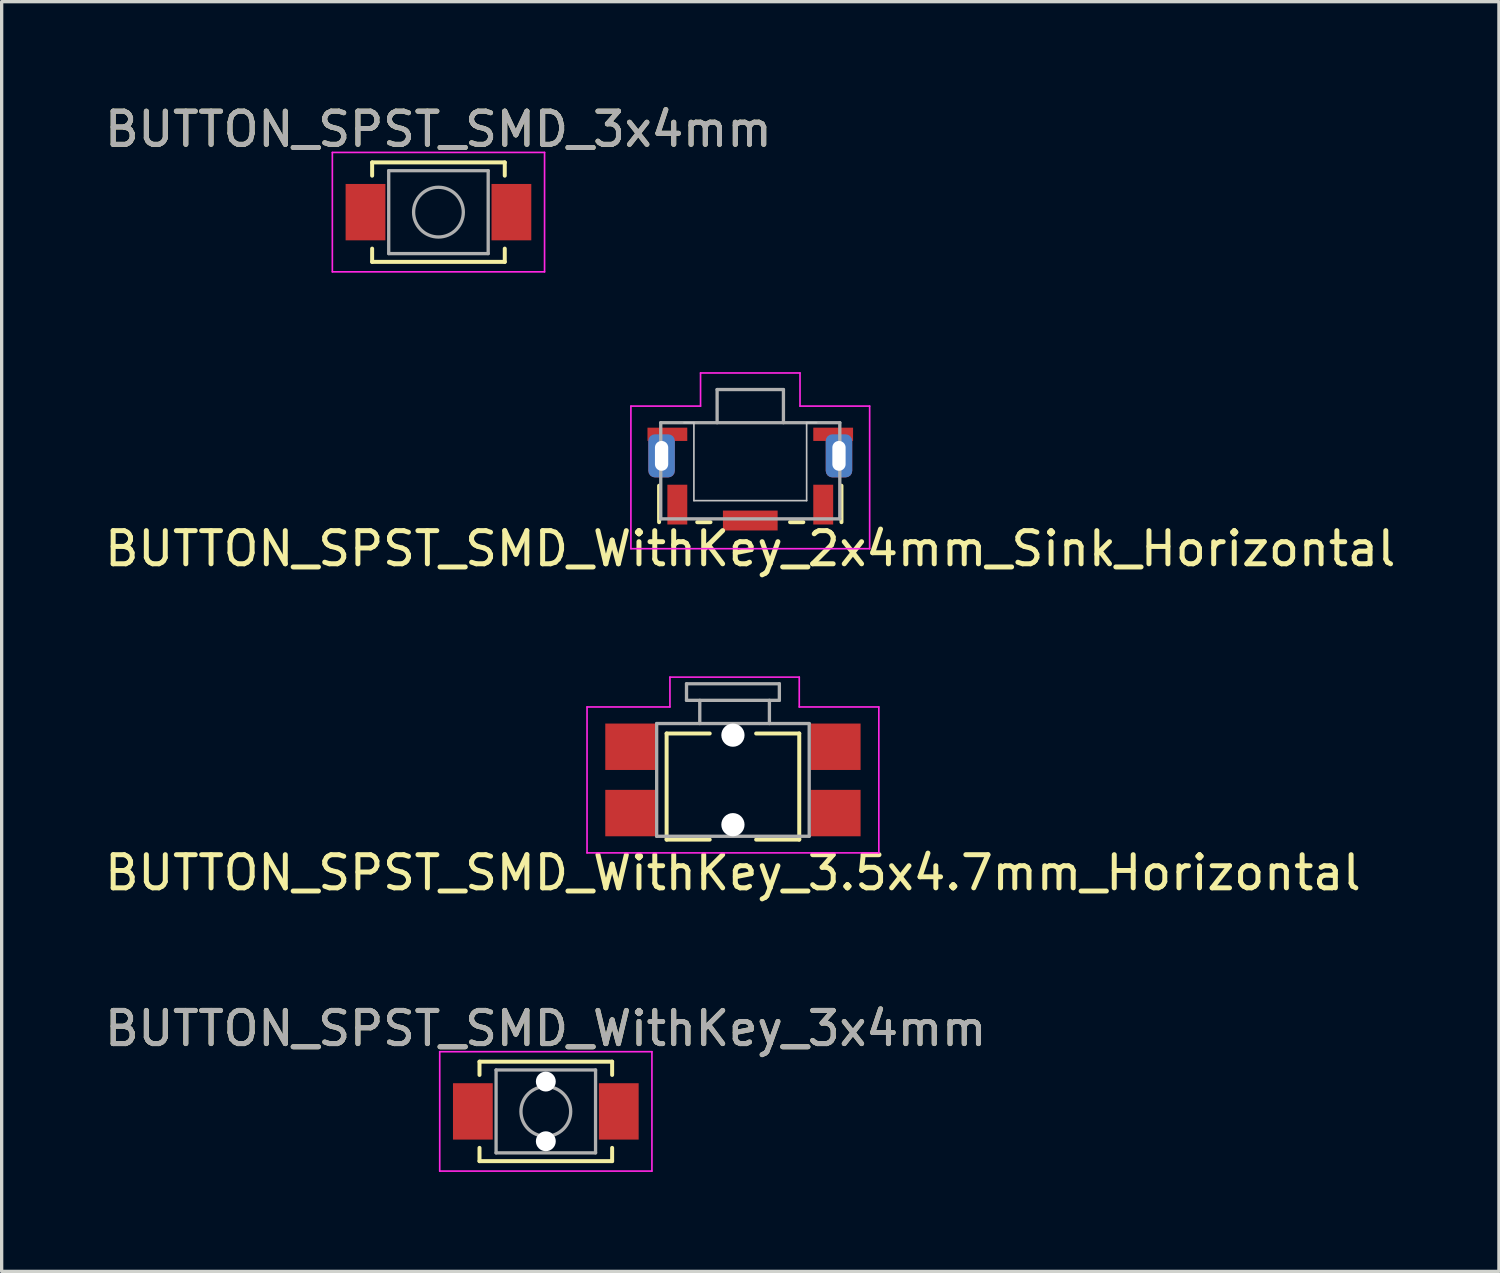
<source format=kicad_pcb>
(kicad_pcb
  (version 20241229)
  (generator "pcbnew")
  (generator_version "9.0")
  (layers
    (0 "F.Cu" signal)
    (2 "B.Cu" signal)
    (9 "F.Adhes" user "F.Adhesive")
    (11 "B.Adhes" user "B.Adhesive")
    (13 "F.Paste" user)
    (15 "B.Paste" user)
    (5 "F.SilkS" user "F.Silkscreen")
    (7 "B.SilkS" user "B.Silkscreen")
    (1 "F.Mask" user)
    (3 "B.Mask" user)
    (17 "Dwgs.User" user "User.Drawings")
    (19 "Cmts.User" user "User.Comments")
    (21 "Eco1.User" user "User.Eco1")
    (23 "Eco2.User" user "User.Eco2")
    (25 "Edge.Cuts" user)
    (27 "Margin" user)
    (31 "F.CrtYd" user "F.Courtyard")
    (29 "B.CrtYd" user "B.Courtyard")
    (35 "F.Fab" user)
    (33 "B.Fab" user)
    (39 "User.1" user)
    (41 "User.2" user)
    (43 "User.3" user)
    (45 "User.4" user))
  (footprint "BUTTON_SPST_SMD_WithKey_2x4mm_Sink_Horizontal"
    (layer "F.Cu")
    (at 19.577 10.698)
    (property "Reference" "BUTTON_SPST_SMD_WithKey_2x4mm_Sink_Horizontal" (at 0 2.8 0) (layer "F.SilkS") (effects (font (size 1 1) (thickness 0.15))))
    (attr smd)
    (fp_line (start -2.75 0.9) (end -2.75 2) (stroke (width 0.12) (type solid)) (layer "F.SilkS"))
    (fp_line (start -1.6 2) (end -1.2 2) (stroke (width 0.12) (type solid)) (layer "F.SilkS"))
    (fp_line (start 1.2 2) (end 1.6 2) (stroke (width 0.12) (type solid)) (layer "F.SilkS"))
    (fp_line (start 2.75 0.9) (end 2.75 2) (stroke (width 0.12) (type solid)) (layer "F.SilkS"))
    (fp_line (start -1.7 -1) (end -2 -1) (stroke (width 0.05) (type solid)) (layer "Dwgs.User"))
    (fp_line (start -1.7 -1) (end -1.7 1.35) (stroke (width 0.05) (type solid)) (layer "Dwgs.User"))
    (fp_line (start -1.7 1.35) (end 1.7 1.35) (stroke (width 0.05) (type solid)) (layer "Dwgs.User"))
    (fp_line (start 1.7 -1) (end 1.7 1.35) (stroke (width 0.05) (type solid)) (layer "Dwgs.User"))
    (fp_line (start 2 -1) (end 1.7 -1) (stroke (width 0.05) (type solid)) (layer "Dwgs.User"))
    (fp_line (start -3.6 -1.5) (end -3.6 2.8) (stroke (width 0.05) (type solid)) (layer "F.CrtYd"))
    (fp_line (start -1.5 -2.5) (end -1.5 -1.5) (stroke (width 0.05) (type solid)) (layer "F.CrtYd"))
    (fp_line (start -1.5 -1.5) (end -3.6 -1.5) (stroke (width 0.05) (type solid)) (layer "F.CrtYd"))
    (fp_line (start 1.5 -2.5) (end -1.5 -2.5) (stroke (width 0.05) (type solid)) (layer "F.CrtYd"))
    (fp_line (start 1.5 -2.5) (end 1.5 -1.5) (stroke (width 0.05) (type solid)) (layer "F.CrtYd"))
    (fp_line (start 3.6 -1.5) (end 1.5 -1.5) (stroke (width 0.05) (type solid)) (layer "F.CrtYd"))
    (fp_line (start 3.6 -1.5) (end 3.6 2.8) (stroke (width 0.05) (type solid)) (layer "F.CrtYd"))
    (fp_line (start 3.6 2.8) (end -3.6 2.8) (stroke (width 0.05) (type solid)) (layer "F.CrtYd"))
    (fp_line (start -2.7 -1) (end 2.7 -1) (stroke (width 0.1) (type solid)) (layer "F.Fab"))
    (fp_line (start -2.7 1.9) (end -2.7 -1) (stroke (width 0.1) (type solid)) (layer "F.Fab"))
    (fp_line (start -1 -2) (end 1 -2) (stroke (width 0.1) (type solid)) (layer "F.Fab"))
    (fp_line (start -1 -1) (end -1 -2) (stroke (width 0.1) (type solid)) (layer "F.Fab"))
    (fp_line (start 1 -1) (end 1 -2) (stroke (width 0.1) (type solid)) (layer "F.Fab"))
    (fp_line (start 2.7 -1) (end 2.7 1.9) (stroke (width 0.1) (type solid)) (layer "F.Fab"))
    (fp_line (start 2.7 1.9) (end -2.7 1.9) (stroke (width 0.1) (type solid)) (layer "F.Fab"))
    (pad "1" smd rect (at -2.2 1.47) (size 0.6 1.2) (layers "F.Cu" "F.Mask" "F.Paste"))
    (pad "2" smd rect (at 2.2 1.47) (size 0.6 1.2) (layers "F.Cu" "F.Mask" "F.Paste"))
    (pad "MP" thru_hole roundrect (at -2.675 0) (size 0.8 1.3) (drill oval 0.4 0.9) (layers "*.Cu" "*.Mask") (roundrect_rratio 0.25))
    (pad "MP" smd rect (at -2.5 -0.65) (size 1.2 0.4) (layers "F.Cu" "F.Mask" "F.Paste"))
    (pad "MP" smd rect (at 0 1.95) (size 1.65 0.6) (layers "F.Cu" "F.Mask" "F.Paste"))
    (pad "MP" smd rect (at 2.5 -0.65) (size 1.2 0.4) (layers "F.Cu" "F.Mask" "F.Paste"))
    (pad "MP" thru_hole roundrect (at 2.675 0) (size 0.8 1.3) (drill oval 0.4 0.9) (layers "*.Cu" "*.Mask") (roundrect_rratio 0.25)))
  (footprint "BUTTON_SPST_SMD_WithKey_3x4mm"
    (layer "F.Cu")
    (at 13.411 30.468)
    (property "Reference" "BUTTON_SPST_SMD_WithKey_3x4mm" (at 0 -2.5 0) (layer "F.SilkS") (effects (font (size 1 1) (thickness 0.15))))
    (attr smd)
    (fp_line (start -2 -1.5) (end 2 -1.5) (stroke (width 0.12) (type solid)) (layer "F.SilkS"))
    (fp_line (start -2 -1.1) (end -2 -1.5) (stroke (width 0.12) (type solid)) (layer "F.SilkS"))
    (fp_line (start -2 1.1) (end -2 1.5) (stroke (width 0.12) (type solid)) (layer "F.SilkS"))
    (fp_line (start -2 1.5) (end 2 1.5) (stroke (width 0.12) (type solid)) (layer "F.SilkS"))
    (fp_line (start 2 -1.5) (end 2 -1.1) (stroke (width 0.12) (type solid)) (layer "F.SilkS"))
    (fp_line (start 2 1.5) (end 2 1.1) (stroke (width 0.12) (type solid)) (layer "F.SilkS"))
    (fp_line (start -3.2 -1.8) (end -3.2 1.8) (stroke (width 0.05) (type solid)) (layer "F.CrtYd"))
    (fp_line (start -3.2 1.8) (end 3.2 1.8) (stroke (width 0.05) (type solid)) (layer "F.CrtYd"))
    (fp_line (start 3.2 -1.8) (end -3.2 -1.8) (stroke (width 0.05) (type solid)) (layer "F.CrtYd"))
    (fp_line (start 3.2 1.8) (end 3.2 -1.8) (stroke (width 0.05) (type solid)) (layer "F.CrtYd"))
    (fp_line (start -1.5 -1.25) (end 1.5 -1.25) (stroke (width 0.1) (type solid)) (layer "F.Fab"))
    (fp_line (start -1.5 1.25) (end -1.5 -1.25) (stroke (width 0.1) (type solid)) (layer "F.Fab"))
    (fp_line (start 1.5 -1.25) (end 1.5 1.25) (stroke (width 0.1) (type solid)) (layer "F.Fab"))
    (fp_line (start 1.5 1.25) (end -1.5 1.25) (stroke (width 0.1) (type solid)) (layer "F.Fab"))
    (fp_circle (center 0 0) (end 0.75 0) (stroke (width 0.1) (type solid)) (fill no) (layer "F.Fab"))
    (fp_text user "${REFERENCE}" (at 0 -2.5 0) (layer "F.Fab") (effects (font (size 1 1) (thickness 0.15))))
    (pad "" np_thru_hole circle (at 0 -0.9) (size 0.6 0.6) (drill 0.6) (layers "*.Cu" "*.Mask"))
    (pad "" np_thru_hole circle (at 0 0.9) (size 0.6 0.6) (drill 0.6) (layers "*.Cu" "*.Mask"))
    (pad "1" smd rect (at -2.2 0) (size 1.2 1.7) (layers "F.Cu" "F.Mask" "F.Paste"))
    (pad "2" smd rect (at 2.2 0) (size 1.2 1.7) (layers "F.Cu" "F.Mask" "F.Paste")))
  (footprint "BUTTON_SPST_SMD_3x4mm"
    (layer "F.Cu")
    (at 10.173 3.348)
    (property "Reference" "BUTTON_SPST_SMD_3x4mm" (at 0 -2.5 0) (layer "F.SilkS") (effects (font (size 1 1) (thickness 0.15))))
    (attr smd)
    (fp_line (start -2 -1.5) (end 2 -1.5) (stroke (width 0.12) (type solid)) (layer "F.SilkS"))
    (fp_line (start -2 -1.1) (end -2 -1.5) (stroke (width 0.12) (type solid)) (layer "F.SilkS"))
    (fp_line (start -2 1.1) (end -2 1.5) (stroke (width 0.12) (type solid)) (layer "F.SilkS"))
    (fp_line (start -2 1.5) (end 2 1.5) (stroke (width 0.12) (type solid)) (layer "F.SilkS"))
    (fp_line (start 2 -1.5) (end 2 -1.1) (stroke (width 0.12) (type solid)) (layer "F.SilkS"))
    (fp_line (start 2 1.5) (end 2 1.1) (stroke (width 0.12) (type solid)) (layer "F.SilkS"))
    (fp_line (start -3.2 -1.8) (end -3.2 1.8) (stroke (width 0.05) (type solid)) (layer "F.CrtYd"))
    (fp_line (start -3.2 1.8) (end 3.2 1.8) (stroke (width 0.05) (type solid)) (layer "F.CrtYd"))
    (fp_line (start 3.2 -1.8) (end -3.2 -1.8) (stroke (width 0.05) (type solid)) (layer "F.CrtYd"))
    (fp_line (start 3.2 1.8) (end 3.2 -1.8) (stroke (width 0.05) (type solid)) (layer "F.CrtYd"))
    (fp_line (start -1.5 -1.25) (end 1.5 -1.25) (stroke (width 0.1) (type solid)) (layer "F.Fab"))
    (fp_line (start -1.5 1.25) (end -1.5 -1.25) (stroke (width 0.1) (type solid)) (layer "F.Fab"))
    (fp_line (start 1.5 -1.25) (end 1.5 1.25) (stroke (width 0.1) (type solid)) (layer "F.Fab"))
    (fp_line (start 1.5 1.25) (end -1.5 1.25) (stroke (width 0.1) (type solid)) (layer "F.Fab"))
    (fp_circle (center 0 0) (end 0.75 0) (stroke (width 0.1) (type solid)) (fill no) (layer "F.Fab"))
    (fp_text user "${REFERENCE}" (at 0 -2.5 0) (layer "F.Fab") (effects (font (size 1 1) (thickness 0.15))))
    (pad "1" smd rect (at -2.2 0) (size 1.2 1.7) (layers "F.Cu" "F.Mask" "F.Paste"))
    (pad "2" smd rect (at 2.2 0) (size 1.2 1.7) (layers "F.Cu" "F.Mask" "F.Paste")))
  (footprint "BUTTON_SPST_SMD_WithKey_3.5x4.7mm_Horizontal"
    (layer "F.Cu")
    (at 19.054 20.471)
    (property "Reference" "BUTTON_SPST_SMD_WithKey_3.5x4.7mm_Horizontal" (at 0 2.8 0) (layer "F.SilkS") (effects (font (size 1 1) (thickness 0.15))))
    (attr smd)
    (fp_line (start -2 -1.4) (end -2 1.8) (stroke (width 0.12) (type solid)) (layer "F.SilkS"))
    (fp_line (start -2 -1.4) (end -0.7 -1.4) (stroke (width 0.12) (type solid)) (layer "F.SilkS"))
    (fp_line (start -2 1.8) (end -0.7 1.8) (stroke (width 0.12) (type solid)) (layer "F.SilkS"))
    (fp_line (start 0.7 -1.4) (end 2 -1.4) (stroke (width 0.12) (type solid)) (layer "F.SilkS"))
    (fp_line (start 0.7 1.8) (end 2 1.8) (stroke (width 0.12) (type solid)) (layer "F.SilkS"))
    (fp_line (start 2 1.8) (end 2 -1.4) (stroke (width 0.12) (type solid)) (layer "F.SilkS"))
    (fp_line (start -4.4 -2.2) (end -4.4 2.2) (stroke (width 0.05) (type solid)) (layer "F.CrtYd"))
    (fp_line (start -1.9 -3.1) (end -1.9 -2.2) (stroke (width 0.05) (type solid)) (layer "F.CrtYd"))
    (fp_line (start -1.9 -2.2) (end -4.4 -2.2) (stroke (width 0.05) (type solid)) (layer "F.CrtYd"))
    (fp_line (start 2 -3.1) (end -1.9 -3.1) (stroke (width 0.05) (type solid)) (layer "F.CrtYd"))
    (fp_line (start 2 -3.1) (end 2 -2.2) (stroke (width 0.05) (type solid)) (layer "F.CrtYd"))
    (fp_line (start 4.4 -2.2) (end 2 -2.2) (stroke (width 0.05) (type solid)) (layer "F.CrtYd"))
    (fp_line (start 4.4 -2.2) (end 4.4 2.2) (stroke (width 0.05) (type solid)) (layer "F.CrtYd"))
    (fp_line (start 4.4 2.2) (end -4.4 2.2) (stroke (width 0.05) (type solid)) (layer "F.CrtYd"))
    (fp_line (start -2.3 -1.7) (end 2.3 -1.7) (stroke (width 0.1) (type solid)) (layer "F.Fab"))
    (fp_line (start -2.3 1.7) (end -2.3 -1.7) (stroke (width 0.1) (type solid)) (layer "F.Fab"))
    (fp_line (start -1.4 -2.9) (end 1.4 -2.9) (stroke (width 0.1) (type solid)) (layer "F.Fab"))
    (fp_line (start -1.4 -2.4) (end -1.4 -2.9) (stroke (width 0.1) (type solid)) (layer "F.Fab"))
    (fp_line (start -1.4 -2.4) (end 1.4 -2.4) (stroke (width 0.1) (type solid)) (layer "F.Fab"))
    (fp_line (start -1 -1.7) (end -1 -2.4) (stroke (width 0.1) (type solid)) (layer "F.Fab"))
    (fp_line (start 1.1 -1.7) (end 1.1 -2.4) (stroke (width 0.1) (type solid)) (layer "F.Fab"))
    (fp_line (start 1.4 -2.4) (end 1.4 -2.9) (stroke (width 0.1) (type solid)) (layer "F.Fab"))
    (fp_line (start 2.3 -1.7) (end 2.3 1.7) (stroke (width 0.1) (type solid)) (layer "F.Fab"))
    (fp_line (start 2.3 1.7) (end -2.3 1.7) (stroke (width 0.1) (type solid)) (layer "F.Fab"))
    (pad "" np_thru_hole circle (at 0 -1.35) (size 0.7 0.7) (drill 0.7) (layers "*.Cu" "*.Mask"))
    (pad "" np_thru_hole circle (at 0 1.35) (size 0.7 0.7) (drill 0.7) (layers "*.Cu" "*.Mask"))
    (pad "1" smd rect (at -3.1 -1) (size 1.5 1.4) (layers "F.Cu" "F.Mask" "F.Paste"))
    (pad "1" smd rect (at 3.1 -1) (size 1.5 1.4) (layers "F.Cu" "F.Mask" "F.Paste"))
    (pad "2" smd rect (at -3.1 1) (size 1.5 1.4) (layers "F.Cu" "F.Mask" "F.Paste"))
    (pad "2" smd rect (at 3.1 1) (size 1.5 1.4) (layers "F.Cu" "F.Mask" "F.Paste")))
  (gr_rect
    (start -3 -3)
    (end 42.155 35.293)
    (stroke (width 0.1) (type default))
    (fill no)
    (layer "Edge.Cuts")))
</source>
